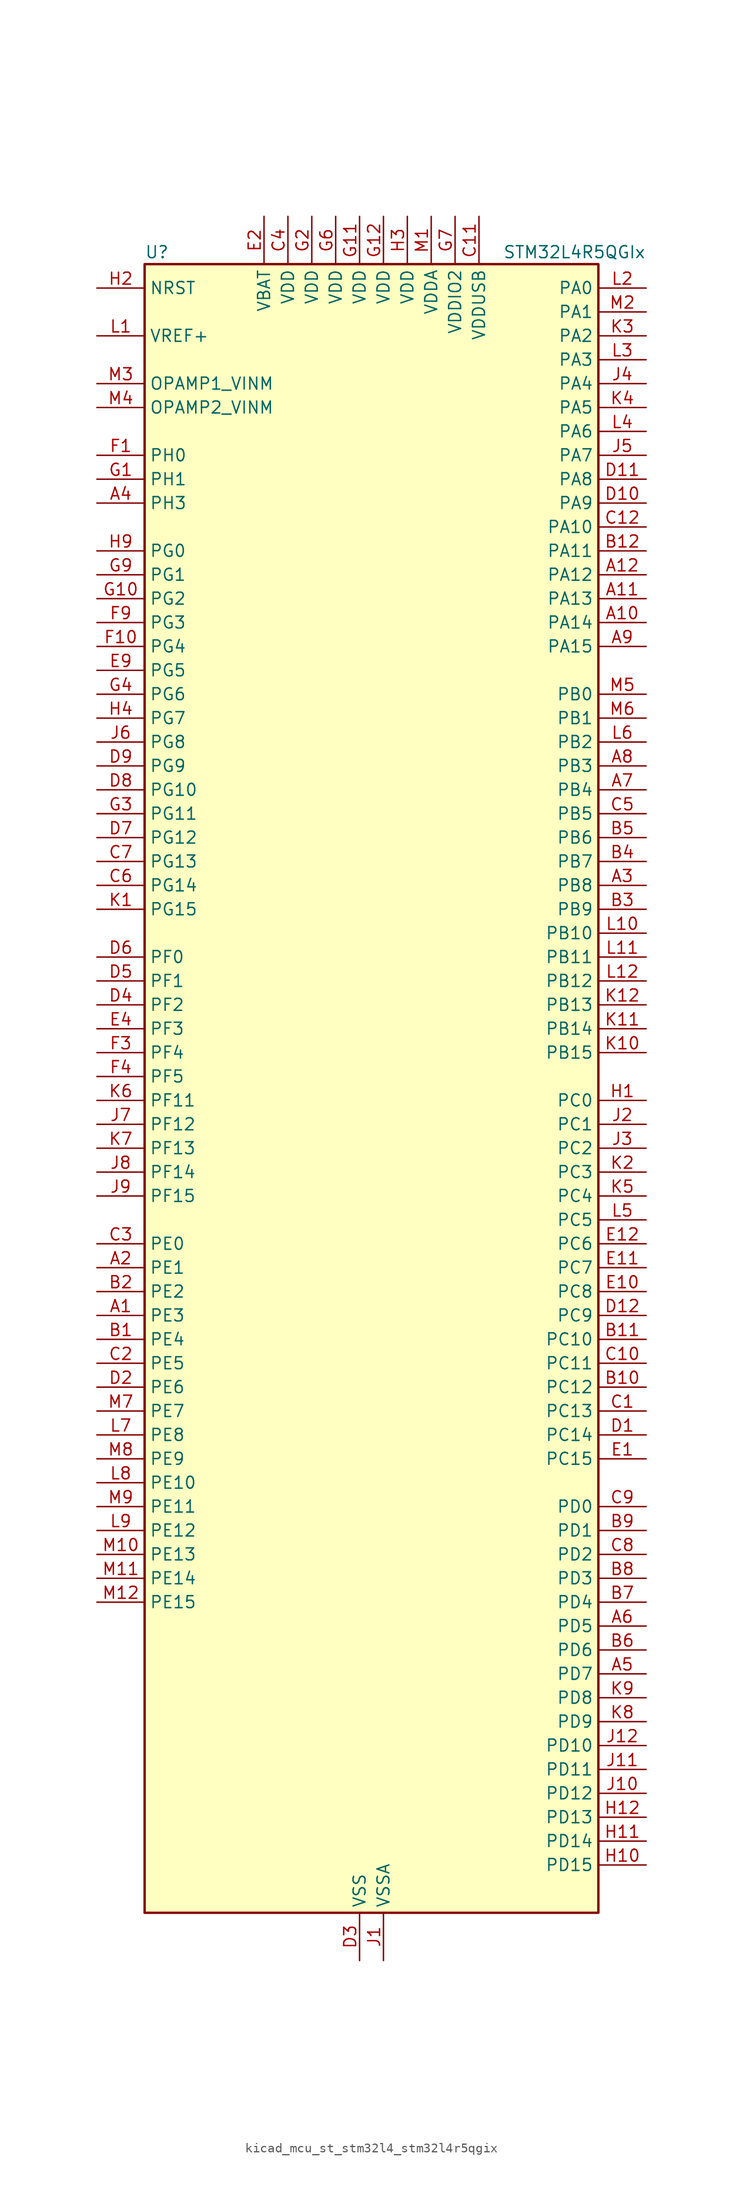
<source format=kicad_sym>
(kicad_symbol_lib
  (version 20220914)
  (generator kicad_symbol_editor)
  (symbol "kicad_mcu_st_stm32l4_stm32l4r5qgix"
    (property "Reference" "U"
      (at -22.86 90.17 0)
      (effects (font (size 1.27 1.27)) (justify left)))
    (property "Value" "STM32L4R5QGIx"
      (at 15.24 90.17 0)
      (effects (font (size 1.27 1.27)) (justify left)))
    (property "ki_locked" ""
      (at 0 0 0)
      (effects (font (size 1.27 1.27))))
    (symbol "kicad_mcu_st_stm32l4_stm32l4r5qgix_0_1"
      (rectangle (start -22.86 -86.36) (end 25.4 88.9) (stroke (width 0.254) (type default)) (fill (type background))))
    (symbol "kicad_mcu_st_stm32l4_stm32l4r5qgix_1_1"
      (pin bidirectional line (at -27.94 -22.86 0) (length 5.08) (name "PE3" (effects (font (size 1.27 1.27)))) (number "A1" (effects (font (size 1.27 1.27)))) (alternate "FMC_A19" bidirectional line) (alternate "OCTOSPIM_P1_DQS" bidirectional line) (alternate "SAI1_SD_B" bidirectional line) (alternate "SYS_TRACED0" bidirectional line) (alternate "TIM3_CH1" bidirectional line) (alternate "TSC_G7_IO2" bidirectional line))
      (pin bidirectional line (at 30.48 50.8 180) (length 5.08) (name "PA14" (effects (font (size 1.27 1.27)))) (number "A10" (effects (font (size 1.27 1.27)))) (alternate "I2C1_SMBA" bidirectional line) (alternate "I2C4_SMBA" bidirectional line) (alternate "LPTIM1_OUT" bidirectional line) (alternate "SAI1_FS_B" bidirectional line) (alternate "SYS_JTCK-SWCLK" bidirectional line) (alternate "USB_OTG_FS_SOF" bidirectional line))
      (pin bidirectional line (at 30.48 53.34 180) (length 5.08) (name "PA13" (effects (font (size 1.27 1.27)))) (number "A11" (effects (font (size 1.27 1.27)))) (alternate "IR_OUT" bidirectional line) (alternate "SAI1_SD_B" bidirectional line) (alternate "SYS_JTMS-SWDIO" bidirectional line) (alternate "USB_OTG_FS_NOE" bidirectional line))
      (pin bidirectional line (at 30.48 55.88 180) (length 5.08) (name "PA12" (effects (font (size 1.27 1.27)))) (number "A12" (effects (font (size 1.27 1.27)))) (alternate "CAN1_TX" bidirectional line) (alternate "SPI1_MOSI" bidirectional line) (alternate "TIM1_ETR" bidirectional line) (alternate "USART1_DE" bidirectional line) (alternate "USART1_RTS" bidirectional line) (alternate "USB_OTG_FS_DP" bidirectional line))
      (pin bidirectional line (at -27.94 -17.78 0) (length 5.08) (name "PE1" (effects (font (size 1.27 1.27)))) (number "A2" (effects (font (size 1.27 1.27)))) (alternate "DCMI_D3" bidirectional line) (alternate "FMC_NBL1" bidirectional line) (alternate "TIM17_CH1" bidirectional line))
      (pin bidirectional line (at 30.48 22.86 180) (length 5.08) (name "PB8" (effects (font (size 1.27 1.27)))) (number "A3" (effects (font (size 1.27 1.27)))) (alternate "CAN1_RX" bidirectional line) (alternate "DCMI_D6" bidirectional line) (alternate "DFSDM1_CKOUT" bidirectional line) (alternate "DFSDM1_DATIN6" bidirectional line) (alternate "I2C1_SCL" bidirectional line) (alternate "SAI1_CK1" bidirectional line) (alternate "SAI1_MCLK_A" bidirectional line) (alternate "SDMMC1_CKIN" bidirectional line) (alternate "SDMMC1_D4" bidirectional line) (alternate "TIM16_CH1" bidirectional line) (alternate "TIM4_CH3" bidirectional line))
      (pin bidirectional line (at -27.94 63.5 0) (length 5.08) (name "PH3" (effects (font (size 1.27 1.27)))) (number "A4" (effects (font (size 1.27 1.27)))))
      (pin bidirectional line (at 30.48 -60.96 180) (length 5.08) (name "PD7" (effects (font (size 1.27 1.27)))) (number "A5" (effects (font (size 1.27 1.27)))) (alternate "DFSDM1_CKIN1" bidirectional line) (alternate "FMC_NCE" bidirectional line) (alternate "FMC_NE1" bidirectional line) (alternate "OCTOSPIM_P1_IO7" bidirectional line) (alternate "USART2_CK" bidirectional line))
      (pin bidirectional line (at 30.48 -55.88 180) (length 5.08) (name "PD5" (effects (font (size 1.27 1.27)))) (number "A6" (effects (font (size 1.27 1.27)))) (alternate "FMC_NWE" bidirectional line) (alternate "OCTOSPIM_P1_IO5" bidirectional line) (alternate "USART2_TX" bidirectional line))
      (pin bidirectional line (at 30.48 33.02 180) (length 5.08) (name "PB4" (effects (font (size 1.27 1.27)))) (number "A7" (effects (font (size 1.27 1.27)))) (alternate "COMP2_INP" bidirectional line) (alternate "DCMI_D12" bidirectional line) (alternate "I2C3_SDA" bidirectional line) (alternate "SAI1_MCLK_B" bidirectional line) (alternate "SPI1_MISO" bidirectional line) (alternate "SPI3_MISO" bidirectional line) (alternate "SYS_JTRST" bidirectional line) (alternate "TIM17_BKIN" bidirectional line) (alternate "TIM3_CH1" bidirectional line) (alternate "TSC_G2_IO1" bidirectional line) (alternate "UART5_DE" bidirectional line) (alternate "UART5_RTS" bidirectional line) (alternate "USART1_CTS" bidirectional line) (alternate "USART1_NSS" bidirectional line))
      (pin bidirectional line (at 30.48 35.56 180) (length 5.08) (name "PB3" (effects (font (size 1.27 1.27)))) (number "A8" (effects (font (size 1.27 1.27)))) (alternate "COMP2_INM" bidirectional line) (alternate "CRS_SYNC" bidirectional line) (alternate "SAI1_SCK_B" bidirectional line) (alternate "SPI1_SCK" bidirectional line) (alternate "SPI3_SCK" bidirectional line) (alternate "SYS_JTDO-SWO" bidirectional line) (alternate "TIM2_CH2" bidirectional line) (alternate "USART1_DE" bidirectional line) (alternate "USART1_RTS" bidirectional line))
      (pin bidirectional line (at 30.48 48.26 180) (length 5.08) (name "PA15" (effects (font (size 1.27 1.27)))) (number "A9" (effects (font (size 1.27 1.27)))) (alternate "ADC1_EXTI15" bidirectional line) (alternate "SAI2_FS_B" bidirectional line) (alternate "SPI1_NSS" bidirectional line) (alternate "SPI3_NSS" bidirectional line) (alternate "SYS_JTDI" bidirectional line) (alternate "TIM2_CH1" bidirectional line) (alternate "TIM2_ETR" bidirectional line) (alternate "TSC_G3_IO1" bidirectional line) (alternate "UART4_DE" bidirectional line) (alternate "UART4_RTS" bidirectional line) (alternate "USART2_RX" bidirectional line) (alternate "USART3_DE" bidirectional line) (alternate "USART3_RTS" bidirectional line))
      (pin bidirectional line (at -27.94 -25.4 0) (length 5.08) (name "PE4" (effects (font (size 1.27 1.27)))) (number "B1" (effects (font (size 1.27 1.27)))) (alternate "DCMI_D4" bidirectional line) (alternate "DFSDM1_DATIN3" bidirectional line) (alternate "FMC_A20" bidirectional line) (alternate "SAI1_D2" bidirectional line) (alternate "SAI1_FS_A" bidirectional line) (alternate "SYS_TRACED1" bidirectional line) (alternate "TIM3_CH2" bidirectional line) (alternate "TSC_G7_IO3" bidirectional line))
      (pin bidirectional line (at 30.48 -30.48 180) (length 5.08) (name "PC12" (effects (font (size 1.27 1.27)))) (number "B10" (effects (font (size 1.27 1.27)))) (alternate "DCMI_D9" bidirectional line) (alternate "SAI2_SD_B" bidirectional line) (alternate "SDMMC1_CK" bidirectional line) (alternate "SPI3_MOSI" bidirectional line) (alternate "SYS_TRACED3" bidirectional line) (alternate "TSC_G3_IO4" bidirectional line) (alternate "UART5_TX" bidirectional line) (alternate "USART3_CK" bidirectional line))
      (pin bidirectional line (at 30.48 -25.4 180) (length 5.08) (name "PC10" (effects (font (size 1.27 1.27)))) (number "B11" (effects (font (size 1.27 1.27)))) (alternate "DCMI_D8" bidirectional line) (alternate "SAI2_SCK_B" bidirectional line) (alternate "SDMMC1_D2" bidirectional line) (alternate "SPI3_SCK" bidirectional line) (alternate "SYS_TRACED1" bidirectional line) (alternate "TSC_G3_IO2" bidirectional line) (alternate "UART4_TX" bidirectional line) (alternate "USART3_TX" bidirectional line))
      (pin bidirectional line (at 30.48 58.42 180) (length 5.08) (name "PA11" (effects (font (size 1.27 1.27)))) (number "B12" (effects (font (size 1.27 1.27)))) (alternate "ADC1_EXTI11" bidirectional line) (alternate "CAN1_RX" bidirectional line) (alternate "SPI1_MISO" bidirectional line) (alternate "TIM1_BKIN2" bidirectional line) (alternate "TIM1_CH4" bidirectional line) (alternate "USART1_CTS" bidirectional line) (alternate "USART1_NSS" bidirectional line) (alternate "USB_OTG_FS_DM" bidirectional line))
      (pin bidirectional line (at -27.94 -20.32 0) (length 5.08) (name "PE2" (effects (font (size 1.27 1.27)))) (number "B2" (effects (font (size 1.27 1.27)))) (alternate "FMC_A23" bidirectional line) (alternate "SAI1_CK1" bidirectional line) (alternate "SAI1_MCLK_A" bidirectional line) (alternate "SYS_TRACECLK" bidirectional line) (alternate "TIM3_ETR" bidirectional line) (alternate "TSC_G7_IO1" bidirectional line))
      (pin bidirectional line (at 30.48 20.32 180) (length 5.08) (name "PB9" (effects (font (size 1.27 1.27)))) (number "B3" (effects (font (size 1.27 1.27)))) (alternate "CAN1_TX" bidirectional line) (alternate "DAC1_EXTI9" bidirectional line) (alternate "DCMI_D7" bidirectional line) (alternate "DFSDM1_CKIN6" bidirectional line) (alternate "I2C1_SDA" bidirectional line) (alternate "IR_OUT" bidirectional line) (alternate "SAI1_D2" bidirectional line) (alternate "SAI1_FS_A" bidirectional line) (alternate "SDMMC1_CDIR" bidirectional line) (alternate "SDMMC1_D5" bidirectional line) (alternate "SPI2_NSS" bidirectional line) (alternate "TIM17_CH1" bidirectional line) (alternate "TIM4_CH4" bidirectional line))
      (pin bidirectional line (at 30.48 25.4 180) (length 5.08) (name "PB7" (effects (font (size 1.27 1.27)))) (number "B4" (effects (font (size 1.27 1.27)))) (alternate "COMP2_INM" bidirectional line) (alternate "DCMI_VSYNC" bidirectional line) (alternate "DFSDM1_CKIN5" bidirectional line) (alternate "FMC_NL" bidirectional line) (alternate "I2C1_SDA" bidirectional line) (alternate "I2C4_SDA" bidirectional line) (alternate "LPTIM1_IN2" bidirectional line) (alternate "SYS_PVD_IN" bidirectional line) (alternate "TIM17_CH1N" bidirectional line) (alternate "TIM4_CH2" bidirectional line) (alternate "TIM8_BKIN" bidirectional line) (alternate "TSC_G2_IO4" bidirectional line) (alternate "UART4_CTS" bidirectional line) (alternate "USART1_RX" bidirectional line))
      (pin bidirectional line (at 30.48 27.94 180) (length 5.08) (name "PB6" (effects (font (size 1.27 1.27)))) (number "B5" (effects (font (size 1.27 1.27)))) (alternate "COMP2_INP" bidirectional line) (alternate "DCMI_D5" bidirectional line) (alternate "DFSDM1_DATIN5" bidirectional line) (alternate "I2C1_SCL" bidirectional line) (alternate "I2C4_SCL" bidirectional line) (alternate "LPTIM1_ETR" bidirectional line) (alternate "SAI1_FS_B" bidirectional line) (alternate "TIM16_CH1N" bidirectional line) (alternate "TIM4_CH1" bidirectional line) (alternate "TIM8_BKIN2" bidirectional line) (alternate "TSC_G2_IO3" bidirectional line) (alternate "USART1_TX" bidirectional line))
      (pin bidirectional line (at 30.48 -58.42 180) (length 5.08) (name "PD6" (effects (font (size 1.27 1.27)))) (number "B6" (effects (font (size 1.27 1.27)))) (alternate "DCMI_D10" bidirectional line) (alternate "DFSDM1_DATIN1" bidirectional line) (alternate "FMC_NWAIT" bidirectional line) (alternate "OCTOSPIM_P1_IO6" bidirectional line) (alternate "SAI1_D1" bidirectional line) (alternate "SAI1_SD_A" bidirectional line) (alternate "SPI3_MOSI" bidirectional line) (alternate "USART2_RX" bidirectional line))
      (pin bidirectional line (at 30.48 -53.34 180) (length 5.08) (name "PD4" (effects (font (size 1.27 1.27)))) (number "B7" (effects (font (size 1.27 1.27)))) (alternate "DFSDM1_CKIN0" bidirectional line) (alternate "FMC_NOE" bidirectional line) (alternate "OCTOSPIM_P1_IO4" bidirectional line) (alternate "SPI2_MOSI" bidirectional line) (alternate "USART2_DE" bidirectional line) (alternate "USART2_RTS" bidirectional line))
      (pin bidirectional line (at 30.48 -50.8 180) (length 5.08) (name "PD3" (effects (font (size 1.27 1.27)))) (number "B8" (effects (font (size 1.27 1.27)))) (alternate "DCMI_D5" bidirectional line) (alternate "DFSDM1_DATIN0" bidirectional line) (alternate "FMC_CLK" bidirectional line) (alternate "OCTOSPIM_P2_NCS" bidirectional line) (alternate "SPI2_MISO" bidirectional line) (alternate "SPI2_SCK" bidirectional line) (alternate "USART2_CTS" bidirectional line) (alternate "USART2_NSS" bidirectional line))
      (pin bidirectional line (at 30.48 -45.72 180) (length 5.08) (name "PD1" (effects (font (size 1.27 1.27)))) (number "B9" (effects (font (size 1.27 1.27)))) (alternate "CAN1_TX" bidirectional line) (alternate "DFSDM1_CKIN7" bidirectional line) (alternate "FMC_D3" bidirectional line) (alternate "FMC_DA3" bidirectional line) (alternate "SPI2_SCK" bidirectional line))
      (pin bidirectional line (at 30.48 -33.02 180) (length 5.08) (name "PC13" (effects (font (size 1.27 1.27)))) (number "C1" (effects (font (size 1.27 1.27)))) (alternate "RTC_OUT_ALARM" bidirectional line) (alternate "RTC_OUT_CALIB" bidirectional line) (alternate "RTC_TAMP1" bidirectional line) (alternate "RTC_TS" bidirectional line) (alternate "SYS_WKUP2" bidirectional line))
      (pin bidirectional line (at 30.48 -27.94 180) (length 5.08) (name "PC11" (effects (font (size 1.27 1.27)))) (number "C10" (effects (font (size 1.27 1.27)))) (alternate "ADC1_EXTI11" bidirectional line) (alternate "DCMI_D2" bidirectional line) (alternate "DCMI_D4" bidirectional line) (alternate "OCTOSPIM_P1_NCS" bidirectional line) (alternate "SAI2_MCLK_B" bidirectional line) (alternate "SDMMC1_D3" bidirectional line) (alternate "SPI3_MISO" bidirectional line) (alternate "TSC_G3_IO3" bidirectional line) (alternate "UART4_RX" bidirectional line) (alternate "USART3_RX" bidirectional line))
      (pin power_in line (at 12.7 93.98 270) (length 5.08) (name "VDDUSB" (effects (font (size 1.27 1.27)))) (number "C11" (effects (font (size 1.27 1.27)))))
      (pin bidirectional line (at 30.48 60.96 180) (length 5.08) (name "PA10" (effects (font (size 1.27 1.27)))) (number "C12" (effects (font (size 1.27 1.27)))) (alternate "DCMI_D1" bidirectional line) (alternate "SAI1_D1" bidirectional line) (alternate "SAI1_SD_A" bidirectional line) (alternate "TIM17_BKIN" bidirectional line) (alternate "TIM1_CH3" bidirectional line) (alternate "USART1_RX" bidirectional line) (alternate "USB_OTG_FS_ID" bidirectional line))
      (pin bidirectional line (at -27.94 -27.94 0) (length 5.08) (name "PE5" (effects (font (size 1.27 1.27)))) (number "C2" (effects (font (size 1.27 1.27)))) (alternate "DCMI_D6" bidirectional line) (alternate "DFSDM1_CKIN3" bidirectional line) (alternate "FMC_A21" bidirectional line) (alternate "SAI1_CK2" bidirectional line) (alternate "SAI1_SCK_A" bidirectional line) (alternate "SYS_TRACED2" bidirectional line) (alternate "TIM3_CH3" bidirectional line) (alternate "TSC_G7_IO4" bidirectional line))
      (pin bidirectional line (at -27.94 -15.24 0) (length 5.08) (name "PE0" (effects (font (size 1.27 1.27)))) (number "C3" (effects (font (size 1.27 1.27)))) (alternate "DCMI_D2" bidirectional line) (alternate "FMC_NBL0" bidirectional line) (alternate "TIM16_CH1" bidirectional line) (alternate "TIM4_ETR" bidirectional line))
      (pin power_in line (at -7.62 93.98 270) (length 5.08) (name "VDD" (effects (font (size 1.27 1.27)))) (number "C4" (effects (font (size 1.27 1.27)))))
      (pin bidirectional line (at 30.48 30.48 180) (length 5.08) (name "PB5" (effects (font (size 1.27 1.27)))) (number "C5" (effects (font (size 1.27 1.27)))) (alternate "COMP2_OUT" bidirectional line) (alternate "DCMI_D10" bidirectional line) (alternate "I2C1_SMBA" bidirectional line) (alternate "LPTIM1_IN1" bidirectional line) (alternate "SAI1_SD_B" bidirectional line) (alternate "SPI1_MOSI" bidirectional line) (alternate "SPI3_MOSI" bidirectional line) (alternate "TIM16_BKIN" bidirectional line) (alternate "TIM3_CH2" bidirectional line) (alternate "TSC_G2_IO2" bidirectional line) (alternate "UART5_CTS" bidirectional line) (alternate "USART1_CK" bidirectional line))
      (pin bidirectional line (at -27.94 22.86 0) (length 5.08) (name "PG14" (effects (font (size 1.27 1.27)))) (number "C6" (effects (font (size 1.27 1.27)))) (alternate "FMC_A25" bidirectional line) (alternate "I2C1_SCL" bidirectional line))
      (pin bidirectional line (at -27.94 25.4 0) (length 5.08) (name "PG13" (effects (font (size 1.27 1.27)))) (number "C7" (effects (font (size 1.27 1.27)))) (alternate "FMC_A24" bidirectional line) (alternate "I2C1_SDA" bidirectional line) (alternate "USART1_CK" bidirectional line))
      (pin bidirectional line (at 30.48 -48.26 180) (length 5.08) (name "PD2" (effects (font (size 1.27 1.27)))) (number "C8" (effects (font (size 1.27 1.27)))) (alternate "DCMI_D11" bidirectional line) (alternate "SDMMC1_CMD" bidirectional line) (alternate "SYS_TRACED2" bidirectional line) (alternate "TIM3_ETR" bidirectional line) (alternate "TSC_SYNC" bidirectional line) (alternate "UART5_RX" bidirectional line) (alternate "USART3_DE" bidirectional line) (alternate "USART3_RTS" bidirectional line))
      (pin bidirectional line (at 30.48 -43.18 180) (length 5.08) (name "PD0" (effects (font (size 1.27 1.27)))) (number "C9" (effects (font (size 1.27 1.27)))) (alternate "CAN1_RX" bidirectional line) (alternate "DFSDM1_DATIN7" bidirectional line) (alternate "FMC_D2" bidirectional line) (alternate "FMC_DA2" bidirectional line) (alternate "SPI2_NSS" bidirectional line))
      (pin bidirectional line (at 30.48 -35.56 180) (length 5.08) (name "PC14" (effects (font (size 1.27 1.27)))) (number "D1" (effects (font (size 1.27 1.27)))) (alternate "RCC_OSC32_IN" bidirectional line))
      (pin bidirectional line (at 30.48 63.5 180) (length 5.08) (name "PA9" (effects (font (size 1.27 1.27)))) (number "D10" (effects (font (size 1.27 1.27)))) (alternate "DAC1_EXTI9" bidirectional line) (alternate "DCMI_D0" bidirectional line) (alternate "SAI1_FS_A" bidirectional line) (alternate "SPI2_SCK" bidirectional line) (alternate "TIM15_BKIN" bidirectional line) (alternate "TIM1_CH2" bidirectional line) (alternate "USART1_TX" bidirectional line) (alternate "USB_OTG_FS_VBUS" bidirectional line))
      (pin bidirectional line (at 30.48 66.04 180) (length 5.08) (name "PA8" (effects (font (size 1.27 1.27)))) (number "D11" (effects (font (size 1.27 1.27)))) (alternate "LPTIM2_OUT" bidirectional line) (alternate "RCC_MCO" bidirectional line) (alternate "SAI1_CK2" bidirectional line) (alternate "SAI1_SCK_A" bidirectional line) (alternate "TIM1_CH1" bidirectional line) (alternate "USART1_CK" bidirectional line) (alternate "USB_OTG_FS_SOF" bidirectional line))
      (pin bidirectional line (at 30.48 -22.86 180) (length 5.08) (name "PC9" (effects (font (size 1.27 1.27)))) (number "D12" (effects (font (size 1.27 1.27)))) (alternate "DAC1_EXTI9" bidirectional line) (alternate "DCMI_D3" bidirectional line) (alternate "I2C3_SDA" bidirectional line) (alternate "SAI2_EXTCLK" bidirectional line) (alternate "SDMMC1_D1" bidirectional line) (alternate "SYS_TRACED0" bidirectional line) (alternate "TIM3_CH4" bidirectional line) (alternate "TIM8_BKIN2" bidirectional line) (alternate "TIM8_CH4" bidirectional line) (alternate "TSC_G4_IO4" bidirectional line) (alternate "USB_OTG_FS_NOE" bidirectional line))
      (pin bidirectional line (at -27.94 -30.48 0) (length 5.08) (name "PE6" (effects (font (size 1.27 1.27)))) (number "D2" (effects (font (size 1.27 1.27)))) (alternate "DCMI_D7" bidirectional line) (alternate "FMC_A22" bidirectional line) (alternate "RTC_TAMP3" bidirectional line) (alternate "SAI1_D1" bidirectional line) (alternate "SAI1_SD_A" bidirectional line) (alternate "SYS_TRACED3" bidirectional line) (alternate "SYS_WKUP3" bidirectional line) (alternate "TIM3_CH4" bidirectional line))
      (pin power_in line (at 0 -91.44 90) (length 5.08) (name "VSS" (effects (font (size 1.27 1.27)))) (number "D3" (effects (font (size 1.27 1.27)))))
      (pin bidirectional line (at -27.94 10.16 0) (length 5.08) (name "PF2" (effects (font (size 1.27 1.27)))) (number "D4" (effects (font (size 1.27 1.27)))) (alternate "FMC_A2" bidirectional line) (alternate "I2C2_SMBA" bidirectional line) (alternate "OCTOSPIM_P2_IO2" bidirectional line))
      (pin bidirectional line (at -27.94 12.7 0) (length 5.08) (name "PF1" (effects (font (size 1.27 1.27)))) (number "D5" (effects (font (size 1.27 1.27)))) (alternate "FMC_A1" bidirectional line) (alternate "I2C2_SCL" bidirectional line) (alternate "OCTOSPIM_P2_IO1" bidirectional line))
      (pin bidirectional line (at -27.94 15.24 0) (length 5.08) (name "PF0" (effects (font (size 1.27 1.27)))) (number "D6" (effects (font (size 1.27 1.27)))) (alternate "FMC_A0" bidirectional line) (alternate "I2C2_SDA" bidirectional line) (alternate "OCTOSPIM_P2_IO0" bidirectional line))
      (pin bidirectional line (at -27.94 27.94 0) (length 5.08) (name "PG12" (effects (font (size 1.27 1.27)))) (number "D7" (effects (font (size 1.27 1.27)))) (alternate "FMC_NE4" bidirectional line) (alternate "LPTIM1_ETR" bidirectional line) (alternate "OCTOSPIM_P2_NCS" bidirectional line) (alternate "SAI2_SD_A" bidirectional line) (alternate "SPI3_NSS" bidirectional line) (alternate "USART1_DE" bidirectional line) (alternate "USART1_RTS" bidirectional line))
      (pin bidirectional line (at -27.94 33.02 0) (length 5.08) (name "PG10" (effects (font (size 1.27 1.27)))) (number "D8" (effects (font (size 1.27 1.27)))) (alternate "FMC_NE3" bidirectional line) (alternate "LPTIM1_IN1" bidirectional line) (alternate "OCTOSPIM_P2_IO7" bidirectional line) (alternate "SAI2_FS_A" bidirectional line) (alternate "SPI3_MISO" bidirectional line) (alternate "TIM15_CH1" bidirectional line) (alternate "USART1_RX" bidirectional line))
      (pin bidirectional line (at -27.94 35.56 0) (length 5.08) (name "PG9" (effects (font (size 1.27 1.27)))) (number "D9" (effects (font (size 1.27 1.27)))) (alternate "DAC1_EXTI9" bidirectional line) (alternate "FMC_NCE" bidirectional line) (alternate "FMC_NE2" bidirectional line) (alternate "OCTOSPIM_P2_IO6" bidirectional line) (alternate "SAI2_SCK_A" bidirectional line) (alternate "SPI3_SCK" bidirectional line) (alternate "TIM15_CH1N" bidirectional line) (alternate "USART1_TX" bidirectional line))
      (pin bidirectional line (at 30.48 -38.1 180) (length 5.08) (name "PC15" (effects (font (size 1.27 1.27)))) (number "E1" (effects (font (size 1.27 1.27)))) (alternate "ADC1_EXTI15" bidirectional line) (alternate "RCC_OSC32_OUT" bidirectional line))
      (pin bidirectional line (at 30.48 -20.32 180) (length 5.08) (name "PC8" (effects (font (size 1.27 1.27)))) (number "E10" (effects (font (size 1.27 1.27)))) (alternate "DCMI_D2" bidirectional line) (alternate "SDMMC1_D0" bidirectional line) (alternate "TIM3_CH3" bidirectional line) (alternate "TIM8_CH3" bidirectional line) (alternate "TSC_G4_IO3" bidirectional line))
      (pin bidirectional line (at 30.48 -17.78 180) (length 5.08) (name "PC7" (effects (font (size 1.27 1.27)))) (number "E11" (effects (font (size 1.27 1.27)))) (alternate "DCMI_D1" bidirectional line) (alternate "DFSDM1_DATIN3" bidirectional line) (alternate "SAI2_MCLK_B" bidirectional line) (alternate "SDMMC1_D123DIR" bidirectional line) (alternate "SDMMC1_D7" bidirectional line) (alternate "TIM3_CH2" bidirectional line) (alternate "TIM8_CH2" bidirectional line) (alternate "TSC_G4_IO2" bidirectional line))
      (pin bidirectional line (at 30.48 -15.24 180) (length 5.08) (name "PC6" (effects (font (size 1.27 1.27)))) (number "E12" (effects (font (size 1.27 1.27)))) (alternate "DCMI_D0" bidirectional line) (alternate "DFSDM1_CKIN3" bidirectional line) (alternate "SAI2_MCLK_A" bidirectional line) (alternate "SDMMC1_D0DIR" bidirectional line) (alternate "SDMMC1_D6" bidirectional line) (alternate "TIM3_CH1" bidirectional line) (alternate "TIM8_CH1" bidirectional line) (alternate "TSC_G4_IO1" bidirectional line))
      (pin power_in line (at -10.16 93.98 270) (length 5.08) (name "VBAT" (effects (font (size 1.27 1.27)))) (number "E2" (effects (font (size 1.27 1.27)))))
      (pin passive line (at 0 -91.44 90) (length 5.08) hide (name "VSS" (effects (font (size 1.27 1.27)))) (number "E3" (effects (font (size 1.27 1.27)))))
      (pin bidirectional line (at -27.94 7.62 0) (length 5.08) (name "PF3" (effects (font (size 1.27 1.27)))) (number "E4" (effects (font (size 1.27 1.27)))) (alternate "FMC_A3" bidirectional line) (alternate "OCTOSPIM_P2_IO3" bidirectional line))
      (pin bidirectional line (at -27.94 45.72 0) (length 5.08) (name "PG5" (effects (font (size 1.27 1.27)))) (number "E9" (effects (font (size 1.27 1.27)))) (alternate "FMC_A15" bidirectional line) (alternate "LPUART1_CTS" bidirectional line) (alternate "SAI2_SD_B" bidirectional line) (alternate "SPI1_NSS" bidirectional line))
      (pin bidirectional line (at -27.94 68.58 0) (length 5.08) (name "PH0" (effects (font (size 1.27 1.27)))) (number "F1" (effects (font (size 1.27 1.27)))) (alternate "RCC_OSC_IN" bidirectional line))
      (pin bidirectional line (at -27.94 48.26 0) (length 5.08) (name "PG4" (effects (font (size 1.27 1.27)))) (number "F10" (effects (font (size 1.27 1.27)))) (alternate "FMC_A14" bidirectional line) (alternate "SAI2_MCLK_B" bidirectional line) (alternate "SPI1_MOSI" bidirectional line))
      (pin passive line (at 0 -91.44 90) (length 5.08) hide (name "VSS" (effects (font (size 1.27 1.27)))) (number "F11" (effects (font (size 1.27 1.27)))))
      (pin passive line (at 0 -91.44 90) (length 5.08) hide (name "VSS" (effects (font (size 1.27 1.27)))) (number "F12" (effects (font (size 1.27 1.27)))))
      (pin passive line (at 0 -91.44 90) (length 5.08) hide (name "VSS" (effects (font (size 1.27 1.27)))) (number "F2" (effects (font (size 1.27 1.27)))))
      (pin bidirectional line (at -27.94 5.08 0) (length 5.08) (name "PF4" (effects (font (size 1.27 1.27)))) (number "F3" (effects (font (size 1.27 1.27)))) (alternate "FMC_A4" bidirectional line) (alternate "OCTOSPIM_P2_CLK" bidirectional line))
      (pin bidirectional line (at -27.94 2.54 0) (length 5.08) (name "PF5" (effects (font (size 1.27 1.27)))) (number "F4" (effects (font (size 1.27 1.27)))) (alternate "FMC_A5" bidirectional line))
      (pin passive line (at 0 -91.44 90) (length 5.08) hide (name "VSS" (effects (font (size 1.27 1.27)))) (number "F6" (effects (font (size 1.27 1.27)))))
      (pin passive line (at 0 -91.44 90) (length 5.08) hide (name "VSS" (effects (font (size 1.27 1.27)))) (number "F7" (effects (font (size 1.27 1.27)))))
      (pin bidirectional line (at -27.94 50.8 0) (length 5.08) (name "PG3" (effects (font (size 1.27 1.27)))) (number "F9" (effects (font (size 1.27 1.27)))) (alternate "FMC_A13" bidirectional line) (alternate "SAI2_FS_B" bidirectional line) (alternate "SPI1_MISO" bidirectional line))
      (pin bidirectional line (at -27.94 66.04 0) (length 5.08) (name "PH1" (effects (font (size 1.27 1.27)))) (number "G1" (effects (font (size 1.27 1.27)))) (alternate "RCC_OSC_OUT" bidirectional line))
      (pin bidirectional line (at -27.94 53.34 0) (length 5.08) (name "PG2" (effects (font (size 1.27 1.27)))) (number "G10" (effects (font (size 1.27 1.27)))) (alternate "FMC_A12" bidirectional line) (alternate "SAI2_SCK_B" bidirectional line) (alternate "SPI1_SCK" bidirectional line))
      (pin power_in line (at 0 93.98 270) (length 5.08) (name "VDD" (effects (font (size 1.27 1.27)))) (number "G11" (effects (font (size 1.27 1.27)))))
      (pin power_in line (at 2.54 93.98 270) (length 5.08) (name "VDD" (effects (font (size 1.27 1.27)))) (number "G12" (effects (font (size 1.27 1.27)))))
      (pin power_in line (at -5.08 93.98 270) (length 5.08) (name "VDD" (effects (font (size 1.27 1.27)))) (number "G2" (effects (font (size 1.27 1.27)))))
      (pin bidirectional line (at -27.94 30.48 0) (length 5.08) (name "PG11" (effects (font (size 1.27 1.27)))) (number "G3" (effects (font (size 1.27 1.27)))) (alternate "ADC1_EXTI11" bidirectional line) (alternate "LPTIM1_IN2" bidirectional line) (alternate "OCTOSPIM_P1_IO5" bidirectional line) (alternate "SAI2_MCLK_A" bidirectional line) (alternate "SPI3_MOSI" bidirectional line) (alternate "TIM15_CH2" bidirectional line) (alternate "USART1_CTS" bidirectional line) (alternate "USART1_NSS" bidirectional line))
      (pin bidirectional line (at -27.94 43.18 0) (length 5.08) (name "PG6" (effects (font (size 1.27 1.27)))) (number "G4" (effects (font (size 1.27 1.27)))) (alternate "I2C3_SMBA" bidirectional line) (alternate "LPUART1_DE" bidirectional line) (alternate "LPUART1_RTS" bidirectional line) (alternate "OCTOSPIM_P1_DQS" bidirectional line))
      (pin power_in line (at -2.54 93.98 270) (length 5.08) (name "VDD" (effects (font (size 1.27 1.27)))) (number "G6" (effects (font (size 1.27 1.27)))))
      (pin power_in line (at 10.16 93.98 270) (length 5.08) (name "VDDIO2" (effects (font (size 1.27 1.27)))) (number "G7" (effects (font (size 1.27 1.27)))))
      (pin bidirectional line (at -27.94 55.88 0) (length 5.08) (name "PG1" (effects (font (size 1.27 1.27)))) (number "G9" (effects (font (size 1.27 1.27)))) (alternate "FMC_A11" bidirectional line) (alternate "OCTOSPIM_P2_IO5" bidirectional line) (alternate "TSC_G8_IO4" bidirectional line))
      (pin bidirectional line (at 30.48 0 180) (length 5.08) (name "PC0" (effects (font (size 1.27 1.27)))) (number "H1" (effects (font (size 1.27 1.27)))) (alternate "ADC1_IN1" bidirectional line) (alternate "DFSDM1_DATIN4" bidirectional line) (alternate "I2C3_SCL" bidirectional line) (alternate "LPTIM1_IN1" bidirectional line) (alternate "LPTIM2_IN1" bidirectional line) (alternate "LPUART1_RX" bidirectional line) (alternate "SAI2_FS_A" bidirectional line))
      (pin bidirectional line (at 30.48 -81.28 180) (length 5.08) (name "PD15" (effects (font (size 1.27 1.27)))) (number "H10" (effects (font (size 1.27 1.27)))) (alternate "ADC1_EXTI15" bidirectional line) (alternate "FMC_D1" bidirectional line) (alternate "FMC_DA1" bidirectional line) (alternate "TIM4_CH4" bidirectional line))
      (pin bidirectional line (at 30.48 -78.74 180) (length 5.08) (name "PD14" (effects (font (size 1.27 1.27)))) (number "H11" (effects (font (size 1.27 1.27)))) (alternate "FMC_D0" bidirectional line) (alternate "FMC_DA0" bidirectional line) (alternate "TIM4_CH3" bidirectional line))
      (pin bidirectional line (at 30.48 -76.2 180) (length 5.08) (name "PD13" (effects (font (size 1.27 1.27)))) (number "H12" (effects (font (size 1.27 1.27)))) (alternate "FMC_A18" bidirectional line) (alternate "I2C4_SDA" bidirectional line) (alternate "LPTIM2_OUT" bidirectional line) (alternate "TIM4_CH2" bidirectional line) (alternate "TSC_G6_IO4" bidirectional line))
      (pin input line (at -27.94 86.36 0) (length 5.08) (name "NRST" (effects (font (size 1.27 1.27)))) (number "H2" (effects (font (size 1.27 1.27)))))
      (pin power_in line (at 5.08 93.98 270) (length 5.08) (name "VDD" (effects (font (size 1.27 1.27)))) (number "H3" (effects (font (size 1.27 1.27)))))
      (pin bidirectional line (at -27.94 40.64 0) (length 5.08) (name "PG7" (effects (font (size 1.27 1.27)))) (number "H4" (effects (font (size 1.27 1.27)))) (alternate "DFSDM1_CKOUT" bidirectional line) (alternate "FMC_INT" bidirectional line) (alternate "I2C3_SCL" bidirectional line) (alternate "LPUART1_TX" bidirectional line) (alternate "OCTOSPIM_P2_DQS" bidirectional line) (alternate "SAI1_CK1" bidirectional line) (alternate "SAI1_MCLK_A" bidirectional line))
      (pin bidirectional line (at -27.94 58.42 0) (length 5.08) (name "PG0" (effects (font (size 1.27 1.27)))) (number "H9" (effects (font (size 1.27 1.27)))) (alternate "FMC_A10" bidirectional line) (alternate "OCTOSPIM_P2_IO4" bidirectional line) (alternate "TSC_G8_IO3" bidirectional line))
      (pin power_in line (at 2.54 -91.44 90) (length 5.08) (name "VSSA" (effects (font (size 1.27 1.27)))) (number "J1" (effects (font (size 1.27 1.27)))))
      (pin bidirectional line (at 30.48 -73.66 180) (length 5.08) (name "PD12" (effects (font (size 1.27 1.27)))) (number "J10" (effects (font (size 1.27 1.27)))) (alternate "FMC_A17" bidirectional line) (alternate "FMC_ALE" bidirectional line) (alternate "I2C4_SCL" bidirectional line) (alternate "LPTIM2_IN1" bidirectional line) (alternate "SAI2_FS_A" bidirectional line) (alternate "TIM4_CH1" bidirectional line) (alternate "TSC_G6_IO3" bidirectional line) (alternate "USART3_DE" bidirectional line) (alternate "USART3_RTS" bidirectional line))
      (pin bidirectional line (at 30.48 -71.12 180) (length 5.08) (name "PD11" (effects (font (size 1.27 1.27)))) (number "J11" (effects (font (size 1.27 1.27)))) (alternate "ADC1_EXTI11" bidirectional line) (alternate "FMC_A16" bidirectional line) (alternate "FMC_CLE" bidirectional line) (alternate "I2C4_SMBA" bidirectional line) (alternate "LPTIM2_ETR" bidirectional line) (alternate "SAI2_SD_A" bidirectional line) (alternate "TSC_G6_IO2" bidirectional line) (alternate "USART3_CTS" bidirectional line) (alternate "USART3_NSS" bidirectional line))
      (pin bidirectional line (at 30.48 -68.58 180) (length 5.08) (name "PD10" (effects (font (size 1.27 1.27)))) (number "J12" (effects (font (size 1.27 1.27)))) (alternate "FMC_D15" bidirectional line) (alternate "FMC_DA15" bidirectional line) (alternate "SAI2_SCK_A" bidirectional line) (alternate "TSC_G6_IO1" bidirectional line) (alternate "USART3_CK" bidirectional line))
      (pin bidirectional line (at 30.48 -2.54 180) (length 5.08) (name "PC1" (effects (font (size 1.27 1.27)))) (number "J2" (effects (font (size 1.27 1.27)))) (alternate "ADC1_IN2" bidirectional line) (alternate "DFSDM1_CKIN4" bidirectional line) (alternate "I2C3_SDA" bidirectional line) (alternate "LPTIM1_OUT" bidirectional line) (alternate "LPUART1_TX" bidirectional line) (alternate "OCTOSPIM_P1_IO4" bidirectional line) (alternate "SAI1_SD_A" bidirectional line) (alternate "SPI2_MOSI" bidirectional line) (alternate "SYS_TRACED0" bidirectional line))
      (pin bidirectional line (at 30.48 -5.08 180) (length 5.08) (name "PC2" (effects (font (size 1.27 1.27)))) (number "J3" (effects (font (size 1.27 1.27)))) (alternate "ADC1_IN3" bidirectional line) (alternate "DFSDM1_CKOUT" bidirectional line) (alternate "LPTIM1_IN2" bidirectional line) (alternate "OCTOSPIM_P1_IO5" bidirectional line) (alternate "SPI2_MISO" bidirectional line))
      (pin bidirectional line (at 30.48 76.2 180) (length 5.08) (name "PA4" (effects (font (size 1.27 1.27)))) (number "J4" (effects (font (size 1.27 1.27)))) (alternate "ADC1_IN9" bidirectional line) (alternate "DAC1_OUT1" bidirectional line) (alternate "DCMI_HSYNC" bidirectional line) (alternate "LPTIM2_OUT" bidirectional line) (alternate "OCTOSPIM_P1_NCS" bidirectional line) (alternate "SAI1_FS_B" bidirectional line) (alternate "SPI1_NSS" bidirectional line) (alternate "SPI3_NSS" bidirectional line) (alternate "USART2_CK" bidirectional line))
      (pin bidirectional line (at 30.48 68.58 180) (length 5.08) (name "PA7" (effects (font (size 1.27 1.27)))) (number "J5" (effects (font (size 1.27 1.27)))) (alternate "ADC1_IN12" bidirectional line) (alternate "I2C3_SCL" bidirectional line) (alternate "OCTOSPIM_P1_IO2" bidirectional line) (alternate "OPAMP2_VINM" bidirectional line) (alternate "SPI1_MOSI" bidirectional line) (alternate "TIM17_CH1" bidirectional line) (alternate "TIM1_CH1N" bidirectional line) (alternate "TIM3_CH2" bidirectional line) (alternate "TIM8_CH1N" bidirectional line))
      (pin bidirectional line (at -27.94 38.1 0) (length 5.08) (name "PG8" (effects (font (size 1.27 1.27)))) (number "J6" (effects (font (size 1.27 1.27)))) (alternate "I2C3_SDA" bidirectional line) (alternate "LPUART1_RX" bidirectional line))
      (pin bidirectional line (at -27.94 -2.54 0) (length 5.08) (name "PF12" (effects (font (size 1.27 1.27)))) (number "J7" (effects (font (size 1.27 1.27)))) (alternate "FMC_A6" bidirectional line) (alternate "OCTOSPIM_P2_DQS" bidirectional line))
      (pin bidirectional line (at -27.94 -7.62 0) (length 5.08) (name "PF14" (effects (font (size 1.27 1.27)))) (number "J8" (effects (font (size 1.27 1.27)))) (alternate "DFSDM1_CKIN6" bidirectional line) (alternate "FMC_A8" bidirectional line) (alternate "I2C4_SCL" bidirectional line) (alternate "TSC_G8_IO1" bidirectional line))
      (pin bidirectional line (at -27.94 -10.16 0) (length 5.08) (name "PF15" (effects (font (size 1.27 1.27)))) (number "J9" (effects (font (size 1.27 1.27)))) (alternate "ADC1_EXTI15" bidirectional line) (alternate "FMC_A9" bidirectional line) (alternate "I2C4_SDA" bidirectional line) (alternate "TSC_G8_IO2" bidirectional line))
      (pin bidirectional line (at -27.94 20.32 0) (length 5.08) (name "PG15" (effects (font (size 1.27 1.27)))) (number "K1" (effects (font (size 1.27 1.27)))) (alternate "ADC1_EXTI15" bidirectional line) (alternate "DCMI_D13" bidirectional line) (alternate "I2C1_SMBA" bidirectional line) (alternate "LPTIM1_OUT" bidirectional line) (alternate "OCTOSPIM_P2_DQS" bidirectional line))
      (pin bidirectional line (at 30.48 5.08 180) (length 5.08) (name "PB15" (effects (font (size 1.27 1.27)))) (number "K10" (effects (font (size 1.27 1.27)))) (alternate "ADC1_EXTI15" bidirectional line) (alternate "DFSDM1_CKIN2" bidirectional line) (alternate "RTC_REFIN" bidirectional line) (alternate "SAI2_SD_A" bidirectional line) (alternate "SPI2_MOSI" bidirectional line) (alternate "TIM15_CH2" bidirectional line) (alternate "TIM1_CH3N" bidirectional line) (alternate "TIM8_CH3N" bidirectional line) (alternate "TSC_G1_IO4" bidirectional line))
      (pin bidirectional line (at 30.48 7.62 180) (length 5.08) (name "PB14" (effects (font (size 1.27 1.27)))) (number "K11" (effects (font (size 1.27 1.27)))) (alternate "DFSDM1_DATIN2" bidirectional line) (alternate "I2C2_SDA" bidirectional line) (alternate "SAI2_MCLK_A" bidirectional line) (alternate "SPI2_MISO" bidirectional line) (alternate "TIM15_CH1" bidirectional line) (alternate "TIM1_CH2N" bidirectional line) (alternate "TIM8_CH2N" bidirectional line) (alternate "TSC_G1_IO3" bidirectional line) (alternate "USART3_DE" bidirectional line) (alternate "USART3_RTS" bidirectional line))
      (pin bidirectional line (at 30.48 10.16 180) (length 5.08) (name "PB13" (effects (font (size 1.27 1.27)))) (number "K12" (effects (font (size 1.27 1.27)))) (alternate "DFSDM1_CKIN1" bidirectional line) (alternate "I2C2_SCL" bidirectional line) (alternate "LPUART1_CTS" bidirectional line) (alternate "SAI2_SCK_A" bidirectional line) (alternate "SPI2_SCK" bidirectional line) (alternate "TIM15_CH1N" bidirectional line) (alternate "TIM1_CH1N" bidirectional line) (alternate "TSC_G1_IO2" bidirectional line) (alternate "USART3_CTS" bidirectional line) (alternate "USART3_NSS" bidirectional line))
      (pin bidirectional line (at 30.48 -7.62 180) (length 5.08) (name "PC3" (effects (font (size 1.27 1.27)))) (number "K2" (effects (font (size 1.27 1.27)))) (alternate "ADC1_IN4" bidirectional line) (alternate "LPTIM1_ETR" bidirectional line) (alternate "LPTIM2_ETR" bidirectional line) (alternate "OCTOSPIM_P1_IO6" bidirectional line) (alternate "SAI1_D1" bidirectional line) (alternate "SAI1_SD_A" bidirectional line) (alternate "SPI2_MOSI" bidirectional line))
      (pin bidirectional line (at 30.48 81.28 180) (length 5.08) (name "PA2" (effects (font (size 1.27 1.27)))) (number "K3" (effects (font (size 1.27 1.27)))) (alternate "ADC1_IN7" bidirectional line) (alternate "LPUART1_TX" bidirectional line) (alternate "OCTOSPIM_P1_NCS" bidirectional line) (alternate "RCC_LSCO" bidirectional line) (alternate "SAI2_EXTCLK" bidirectional line) (alternate "SYS_WKUP4" bidirectional line) (alternate "TIM15_CH1" bidirectional line) (alternate "TIM2_CH3" bidirectional line) (alternate "TIM5_CH3" bidirectional line) (alternate "USART2_TX" bidirectional line))
      (pin bidirectional line (at 30.48 73.66 180) (length 5.08) (name "PA5" (effects (font (size 1.27 1.27)))) (number "K4" (effects (font (size 1.27 1.27)))) (alternate "ADC1_IN10" bidirectional line) (alternate "DAC1_OUT2" bidirectional line) (alternate "LPTIM2_ETR" bidirectional line) (alternate "SPI1_SCK" bidirectional line) (alternate "TIM2_CH1" bidirectional line) (alternate "TIM2_ETR" bidirectional line) (alternate "TIM8_CH1N" bidirectional line))
      (pin bidirectional line (at 30.48 -10.16 180) (length 5.08) (name "PC4" (effects (font (size 1.27 1.27)))) (number "K5" (effects (font (size 1.27 1.27)))) (alternate "ADC1_IN13" bidirectional line) (alternate "COMP1_INM" bidirectional line) (alternate "OCTOSPIM_P1_IO7" bidirectional line) (alternate "USART3_TX" bidirectional line))
      (pin bidirectional line (at -27.94 0 0) (length 5.08) (name "PF11" (effects (font (size 1.27 1.27)))) (number "K6" (effects (font (size 1.27 1.27)))) (alternate "ADC1_EXTI11" bidirectional line) (alternate "DCMI_D12" bidirectional line))
      (pin bidirectional line (at -27.94 -5.08 0) (length 5.08) (name "PF13" (effects (font (size 1.27 1.27)))) (number "K7" (effects (font (size 1.27 1.27)))) (alternate "DFSDM1_DATIN6" bidirectional line) (alternate "FMC_A7" bidirectional line) (alternate "I2C4_SMBA" bidirectional line))
      (pin bidirectional line (at 30.48 -66.04 180) (length 5.08) (name "PD9" (effects (font (size 1.27 1.27)))) (number "K8" (effects (font (size 1.27 1.27)))) (alternate "DAC1_EXTI9" bidirectional line) (alternate "DCMI_PIXCLK" bidirectional line) (alternate "FMC_D14" bidirectional line) (alternate "FMC_DA14" bidirectional line) (alternate "SAI2_MCLK_A" bidirectional line) (alternate "USART3_RX" bidirectional line))
      (pin bidirectional line (at 30.48 -63.5 180) (length 5.08) (name "PD8" (effects (font (size 1.27 1.27)))) (number "K9" (effects (font (size 1.27 1.27)))) (alternate "DCMI_HSYNC" bidirectional line) (alternate "FMC_D13" bidirectional line) (alternate "FMC_DA13" bidirectional line) (alternate "USART3_TX" bidirectional line))
      (pin input line (at -27.94 81.28 0) (length 5.08) (name "VREF+" (effects (font (size 1.27 1.27)))) (number "L1" (effects (font (size 1.27 1.27)))) (alternate "VREFBUF_OUT" bidirectional line))
      (pin bidirectional line (at 30.48 17.78 180) (length 5.08) (name "PB10" (effects (font (size 1.27 1.27)))) (number "L10" (effects (font (size 1.27 1.27)))) (alternate "COMP1_OUT" bidirectional line) (alternate "DFSDM1_DATIN7" bidirectional line) (alternate "I2C2_SCL" bidirectional line) (alternate "I2C4_SCL" bidirectional line) (alternate "LPUART1_RX" bidirectional line) (alternate "OCTOSPIM_P1_CLK" bidirectional line) (alternate "SAI1_SCK_A" bidirectional line) (alternate "SPI2_SCK" bidirectional line) (alternate "TIM2_CH3" bidirectional line) (alternate "TSC_SYNC" bidirectional line) (alternate "USART3_TX" bidirectional line))
      (pin bidirectional line (at 30.48 15.24 180) (length 5.08) (name "PB11" (effects (font (size 1.27 1.27)))) (number "L11" (effects (font (size 1.27 1.27)))) (alternate "ADC1_EXTI11" bidirectional line) (alternate "COMP2_OUT" bidirectional line) (alternate "DFSDM1_CKIN7" bidirectional line) (alternate "I2C2_SDA" bidirectional line) (alternate "I2C4_SDA" bidirectional line) (alternate "LPUART1_TX" bidirectional line) (alternate "OCTOSPIM_P1_NCS" bidirectional line) (alternate "TIM2_CH4" bidirectional line) (alternate "USART3_RX" bidirectional line))
      (pin bidirectional line (at 30.48 12.7 180) (length 5.08) (name "PB12" (effects (font (size 1.27 1.27)))) (number "L12" (effects (font (size 1.27 1.27)))) (alternate "DFSDM1_DATIN1" bidirectional line) (alternate "I2C2_SMBA" bidirectional line) (alternate "LPUART1_DE" bidirectional line) (alternate "LPUART1_RTS" bidirectional line) (alternate "SAI2_FS_A" bidirectional line) (alternate "SPI2_NSS" bidirectional line) (alternate "TIM15_BKIN" bidirectional line) (alternate "TIM1_BKIN" bidirectional line) (alternate "TSC_G1_IO1" bidirectional line) (alternate "USART3_CK" bidirectional line))
      (pin bidirectional line (at 30.48 86.36 180) (length 5.08) (name "PA0" (effects (font (size 1.27 1.27)))) (number "L2" (effects (font (size 1.27 1.27)))) (alternate "ADC1_IN5" bidirectional line) (alternate "OPAMP1_VINP" bidirectional line) (alternate "RTC_TAMP2" bidirectional line) (alternate "SAI1_EXTCLK" bidirectional line) (alternate "SYS_WKUP1" bidirectional line) (alternate "TIM2_CH1" bidirectional line) (alternate "TIM2_ETR" bidirectional line) (alternate "TIM5_CH1" bidirectional line) (alternate "TIM8_ETR" bidirectional line) (alternate "UART4_TX" bidirectional line) (alternate "USART2_CTS" bidirectional line) (alternate "USART2_NSS" bidirectional line))
      (pin bidirectional line (at 30.48 78.74 180) (length 5.08) (name "PA3" (effects (font (size 1.27 1.27)))) (number "L3" (effects (font (size 1.27 1.27)))) (alternate "ADC1_IN8" bidirectional line) (alternate "LPUART1_RX" bidirectional line) (alternate "OCTOSPIM_P1_CLK" bidirectional line) (alternate "OPAMP1_VOUT" bidirectional line) (alternate "SAI1_CK1" bidirectional line) (alternate "SAI1_MCLK_A" bidirectional line) (alternate "TIM15_CH2" bidirectional line) (alternate "TIM2_CH4" bidirectional line) (alternate "TIM5_CH4" bidirectional line) (alternate "USART2_RX" bidirectional line))
      (pin bidirectional line (at 30.48 71.12 180) (length 5.08) (name "PA6" (effects (font (size 1.27 1.27)))) (number "L4" (effects (font (size 1.27 1.27)))) (alternate "ADC1_IN11" bidirectional line) (alternate "DCMI_PIXCLK" bidirectional line) (alternate "LPUART1_CTS" bidirectional line) (alternate "OCTOSPIM_P1_IO3" bidirectional line) (alternate "OPAMP2_VINP" bidirectional line) (alternate "SPI1_MISO" bidirectional line) (alternate "TIM16_CH1" bidirectional line) (alternate "TIM1_BKIN" bidirectional line) (alternate "TIM3_CH1" bidirectional line) (alternate "TIM8_BKIN" bidirectional line) (alternate "USART3_CTS" bidirectional line) (alternate "USART3_NSS" bidirectional line))
      (pin bidirectional line (at 30.48 -12.7 180) (length 5.08) (name "PC5" (effects (font (size 1.27 1.27)))) (number "L5" (effects (font (size 1.27 1.27)))) (alternate "ADC1_IN14" bidirectional line) (alternate "COMP1_INP" bidirectional line) (alternate "SAI1_D3" bidirectional line) (alternate "SYS_WKUP5" bidirectional line) (alternate "USART3_RX" bidirectional line))
      (pin bidirectional line (at 30.48 38.1 180) (length 5.08) (name "PB2" (effects (font (size 1.27 1.27)))) (number "L6" (effects (font (size 1.27 1.27)))) (alternate "COMP1_INP" bidirectional line) (alternate "DFSDM1_CKIN0" bidirectional line) (alternate "I2C3_SMBA" bidirectional line) (alternate "LPTIM1_OUT" bidirectional line) (alternate "OCTOSPIM_P1_DQS" bidirectional line) (alternate "RTC_OUT_ALARM" bidirectional line) (alternate "RTC_OUT_CALIB" bidirectional line))
      (pin bidirectional line (at -27.94 -35.56 0) (length 5.08) (name "PE8" (effects (font (size 1.27 1.27)))) (number "L7" (effects (font (size 1.27 1.27)))) (alternate "DFSDM1_CKIN2" bidirectional line) (alternate "FMC_D5" bidirectional line) (alternate "FMC_DA5" bidirectional line) (alternate "SAI1_SCK_B" bidirectional line) (alternate "TIM1_CH1N" bidirectional line))
      (pin bidirectional line (at -27.94 -40.64 0) (length 5.08) (name "PE10" (effects (font (size 1.27 1.27)))) (number "L8" (effects (font (size 1.27 1.27)))) (alternate "DFSDM1_DATIN4" bidirectional line) (alternate "FMC_D7" bidirectional line) (alternate "FMC_DA7" bidirectional line) (alternate "OCTOSPIM_P1_CLK" bidirectional line) (alternate "SAI1_MCLK_B" bidirectional line) (alternate "TIM1_CH2N" bidirectional line) (alternate "TSC_G5_IO1" bidirectional line))
      (pin bidirectional line (at -27.94 -45.72 0) (length 5.08) (name "PE12" (effects (font (size 1.27 1.27)))) (number "L9" (effects (font (size 1.27 1.27)))) (alternate "DFSDM1_DATIN5" bidirectional line) (alternate "FMC_D9" bidirectional line) (alternate "FMC_DA9" bidirectional line) (alternate "OCTOSPIM_P1_IO0" bidirectional line) (alternate "SPI1_NSS" bidirectional line) (alternate "TIM1_CH3N" bidirectional line) (alternate "TSC_G5_IO3" bidirectional line))
      (pin power_in line (at 7.62 93.98 270) (length 5.08) (name "VDDA" (effects (font (size 1.27 1.27)))) (number "M1" (effects (font (size 1.27 1.27)))))
      (pin bidirectional line (at -27.94 -48.26 0) (length 5.08) (name "PE13" (effects (font (size 1.27 1.27)))) (number "M10" (effects (font (size 1.27 1.27)))) (alternate "DFSDM1_CKIN5" bidirectional line) (alternate "FMC_D10" bidirectional line) (alternate "FMC_DA10" bidirectional line) (alternate "OCTOSPIM_P1_IO1" bidirectional line) (alternate "SPI1_SCK" bidirectional line) (alternate "TIM1_CH3" bidirectional line) (alternate "TSC_G5_IO4" bidirectional line))
      (pin bidirectional line (at -27.94 -50.8 0) (length 5.08) (name "PE14" (effects (font (size 1.27 1.27)))) (number "M11" (effects (font (size 1.27 1.27)))) (alternate "FMC_D11" bidirectional line) (alternate "FMC_DA11" bidirectional line) (alternate "OCTOSPIM_P1_IO2" bidirectional line) (alternate "SPI1_MISO" bidirectional line) (alternate "TIM1_BKIN2" bidirectional line) (alternate "TIM1_CH4" bidirectional line))
      (pin bidirectional line (at -27.94 -53.34 0) (length 5.08) (name "PE15" (effects (font (size 1.27 1.27)))) (number "M12" (effects (font (size 1.27 1.27)))) (alternate "ADC1_EXTI15" bidirectional line) (alternate "FMC_D12" bidirectional line) (alternate "FMC_DA12" bidirectional line) (alternate "OCTOSPIM_P1_IO3" bidirectional line) (alternate "SPI1_MOSI" bidirectional line) (alternate "TIM1_BKIN" bidirectional line))
      (pin bidirectional line (at 30.48 83.82 180) (length 5.08) (name "PA1" (effects (font (size 1.27 1.27)))) (number "M2" (effects (font (size 1.27 1.27)))) (alternate "ADC1_IN6" bidirectional line) (alternate "I2C1_SMBA" bidirectional line) (alternate "OCTOSPIM_P1_DQS" bidirectional line) (alternate "OPAMP1_VINM" bidirectional line) (alternate "SPI1_SCK" bidirectional line) (alternate "TIM15_CH1N" bidirectional line) (alternate "TIM2_CH2" bidirectional line) (alternate "TIM5_CH2" bidirectional line) (alternate "UART4_RX" bidirectional line) (alternate "USART2_DE" bidirectional line) (alternate "USART2_RTS" bidirectional line))
      (pin bidirectional line (at -27.94 76.2 0) (length 5.08) (name "OPAMP1_VINM" (effects (font (size 1.27 1.27)))) (number "M3" (effects (font (size 1.27 1.27)))) (alternate "OPAMP1_VINM" bidirectional line))
      (pin bidirectional line (at -27.94 73.66 0) (length 5.08) (name "OPAMP2_VINM" (effects (font (size 1.27 1.27)))) (number "M4" (effects (font (size 1.27 1.27)))) (alternate "OPAMP2_VINM" bidirectional line))
      (pin bidirectional line (at 30.48 43.18 180) (length 5.08) (name "PB0" (effects (font (size 1.27 1.27)))) (number "M5" (effects (font (size 1.27 1.27)))) (alternate "ADC1_IN15" bidirectional line) (alternate "COMP1_OUT" bidirectional line) (alternate "OCTOSPIM_P1_IO1" bidirectional line) (alternate "OPAMP2_VOUT" bidirectional line) (alternate "SAI1_EXTCLK" bidirectional line) (alternate "SPI1_NSS" bidirectional line) (alternate "TIM1_CH2N" bidirectional line) (alternate "TIM3_CH3" bidirectional line) (alternate "TIM8_CH2N" bidirectional line) (alternate "USART3_CK" bidirectional line))
      (pin bidirectional line (at 30.48 40.64 180) (length 5.08) (name "PB1" (effects (font (size 1.27 1.27)))) (number "M6" (effects (font (size 1.27 1.27)))) (alternate "ADC1_IN16" bidirectional line) (alternate "COMP1_INM" bidirectional line) (alternate "DFSDM1_DATIN0" bidirectional line) (alternate "LPTIM2_IN1" bidirectional line) (alternate "LPUART1_DE" bidirectional line) (alternate "LPUART1_RTS" bidirectional line) (alternate "OCTOSPIM_P1_IO0" bidirectional line) (alternate "TIM1_CH3N" bidirectional line) (alternate "TIM3_CH4" bidirectional line) (alternate "TIM8_CH3N" bidirectional line) (alternate "USART3_DE" bidirectional line) (alternate "USART3_RTS" bidirectional line))
      (pin bidirectional line (at -27.94 -33.02 0) (length 5.08) (name "PE7" (effects (font (size 1.27 1.27)))) (number "M7" (effects (font (size 1.27 1.27)))) (alternate "DFSDM1_DATIN2" bidirectional line) (alternate "FMC_D4" bidirectional line) (alternate "FMC_DA4" bidirectional line) (alternate "SAI1_SD_B" bidirectional line) (alternate "TIM1_ETR" bidirectional line))
      (pin bidirectional line (at -27.94 -38.1 0) (length 5.08) (name "PE9" (effects (font (size 1.27 1.27)))) (number "M8" (effects (font (size 1.27 1.27)))) (alternate "DAC1_EXTI9" bidirectional line) (alternate "DFSDM1_CKOUT" bidirectional line) (alternate "FMC_D6" bidirectional line) (alternate "FMC_DA6" bidirectional line) (alternate "SAI1_FS_B" bidirectional line) (alternate "TIM1_CH1" bidirectional line))
      (pin bidirectional line (at -27.94 -43.18 0) (length 5.08) (name "PE11" (effects (font (size 1.27 1.27)))) (number "M9" (effects (font (size 1.27 1.27)))) (alternate "ADC1_EXTI11" bidirectional line) (alternate "DFSDM1_CKIN4" bidirectional line) (alternate "FMC_D8" bidirectional line) (alternate "FMC_DA8" bidirectional line) (alternate "OCTOSPIM_P1_NCS" bidirectional line) (alternate "TIM1_CH2" bidirectional line) (alternate "TSC_G5_IO2" bidirectional line)))))
</source>
